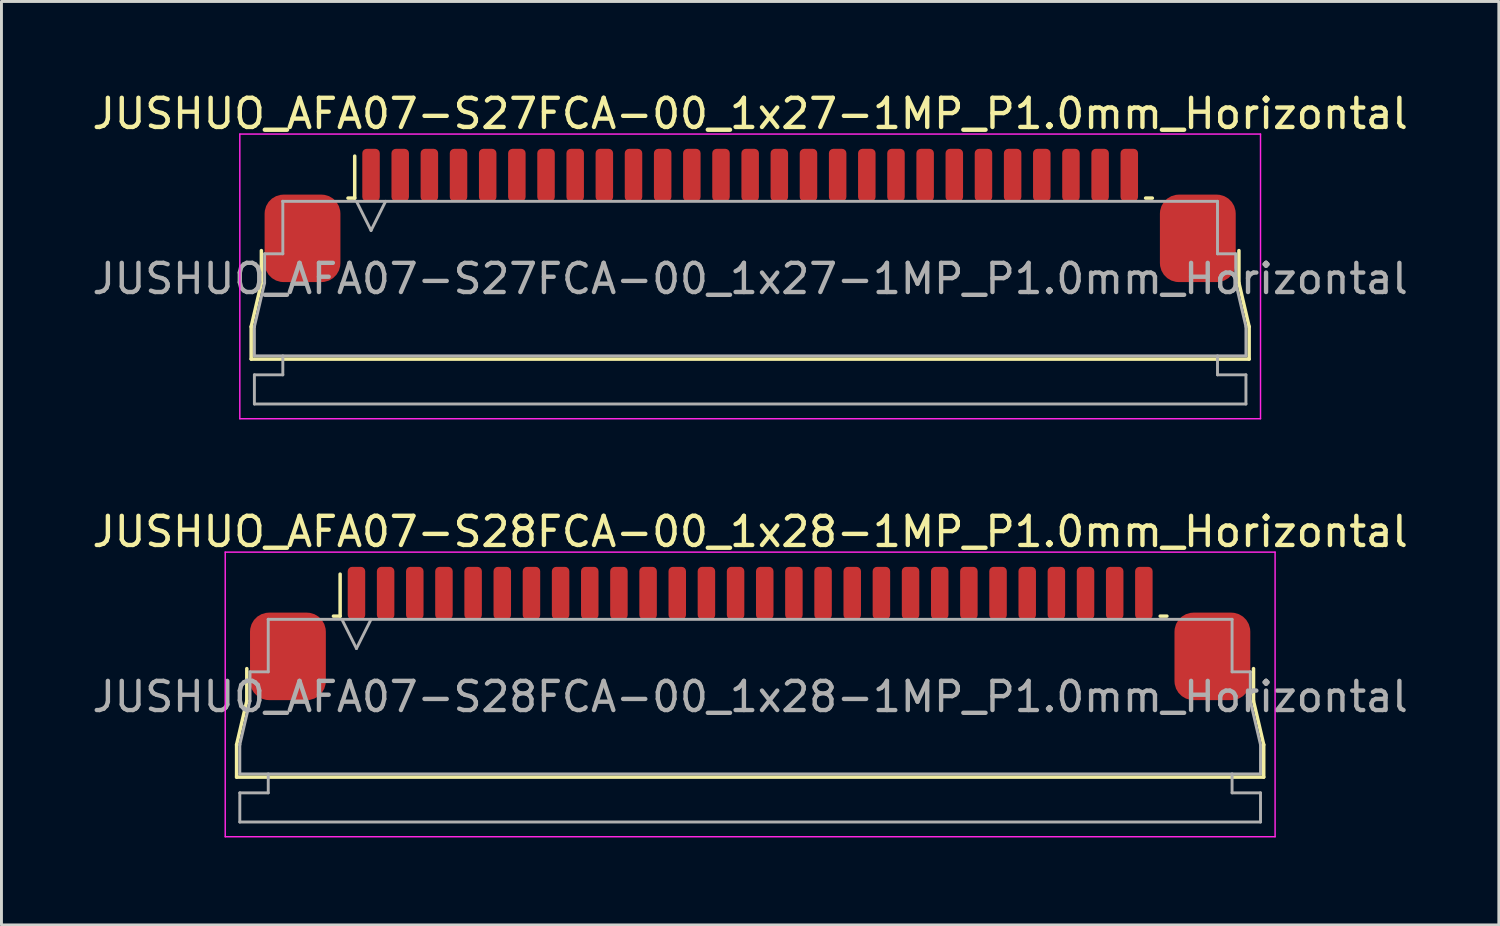
<source format=kicad_pcb>
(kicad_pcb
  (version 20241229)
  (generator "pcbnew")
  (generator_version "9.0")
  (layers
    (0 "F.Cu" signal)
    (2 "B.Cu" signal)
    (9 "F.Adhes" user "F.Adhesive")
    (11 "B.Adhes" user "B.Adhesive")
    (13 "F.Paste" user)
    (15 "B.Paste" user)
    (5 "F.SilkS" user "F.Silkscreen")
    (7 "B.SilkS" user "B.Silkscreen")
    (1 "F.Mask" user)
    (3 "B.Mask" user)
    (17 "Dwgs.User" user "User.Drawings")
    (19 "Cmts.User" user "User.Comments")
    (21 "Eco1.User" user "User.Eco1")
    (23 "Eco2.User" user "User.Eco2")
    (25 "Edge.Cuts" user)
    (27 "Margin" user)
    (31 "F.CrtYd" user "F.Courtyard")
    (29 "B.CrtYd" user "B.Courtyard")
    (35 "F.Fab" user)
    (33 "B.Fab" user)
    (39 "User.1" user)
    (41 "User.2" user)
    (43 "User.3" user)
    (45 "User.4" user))
  (footprint "JUSHUO_AFA07-S28FCA-00_1x28-1MP_P1.0mm_Horizontal"
    (layer "F.Cu")
    (at 22.673 20.662)
    (property "Reference" "JUSHUO_AFA07-S28FCA-00_1x28-1MP_P1.0mm_Horizontal" (at 0 -5.48 0) (layer "F.SilkS") (effects (font (size 1 1) (thickness 0.15))))
    (attr smd)
    (fp_line (start -17.61 1.825) (end -17.26 0.325) (stroke (width 0.12) (type solid)) (layer "F.SilkS"))
    (fp_line (start -17.61 2.935) (end -17.61 1.825) (stroke (width 0.12) (type solid)) (layer "F.SilkS"))
    (fp_line (start -17.26 0.325) (end -17.26 -0.785) (stroke (width 0.12) (type solid)) (layer "F.SilkS"))
    (fp_line (start -14.29 -2.585) (end -14.06 -2.585) (stroke (width 0.12) (type solid)) (layer "F.SilkS"))
    (fp_line (start -14.06 -2.585) (end -14.06 -4.025) (stroke (width 0.12) (type solid)) (layer "F.SilkS"))
    (fp_line (start 14.06 -2.585) (end 14.29 -2.585) (stroke (width 0.12) (type solid)) (layer "F.SilkS"))
    (fp_line (start 17.26 -0.785) (end 17.26 0.325) (stroke (width 0.12) (type solid)) (layer "F.SilkS"))
    (fp_line (start 17.26 0.325) (end 17.61 1.825) (stroke (width 0.12) (type solid)) (layer "F.SilkS"))
    (fp_line (start 17.61 1.825) (end 17.61 2.935) (stroke (width 0.12) (type solid)) (layer "F.SilkS"))
    (fp_line (start 17.61 2.935) (end -17.61 2.935) (stroke (width 0.12) (type solid)) (layer "F.SilkS"))
    (fp_line (start -18 -4.78) (end -18 4.98) (stroke (width 0.05) (type solid)) (layer "F.CrtYd"))
    (fp_line (start -18 4.98) (end 18 4.98) (stroke (width 0.05) (type solid)) (layer "F.CrtYd"))
    (fp_line (start 18 -4.78) (end -18 -4.78) (stroke (width 0.05) (type solid)) (layer "F.CrtYd"))
    (fp_line (start 18 4.98) (end 18 -4.78) (stroke (width 0.05) (type solid)) (layer "F.CrtYd"))
    (fp_line (start -17.5 1.825) (end -17.5 1.825) (stroke (width 0.1) (type solid)) (layer "F.Fab"))
    (fp_line (start -17.5 1.825) (end -17.15 0.325) (stroke (width 0.1) (type solid)) (layer "F.Fab"))
    (fp_line (start -17.5 2.825) (end -17.5 1.825) (stroke (width 0.1) (type solid)) (layer "F.Fab"))
    (fp_line (start -17.5 3.475) (end -16.525 3.475) (stroke (width 0.1) (type solid)) (layer "F.Fab"))
    (fp_line (start -17.5 4.475) (end -17.5 3.475) (stroke (width 0.1) (type solid)) (layer "F.Fab"))
    (fp_line (start -17.15 -0.675) (end -16.525 -0.675) (stroke (width 0.1) (type solid)) (layer "F.Fab"))
    (fp_line (start -17.15 0.325) (end -17.15 -0.675) (stroke (width 0.1) (type solid)) (layer "F.Fab"))
    (fp_line (start -16.525 -2.475) (end -16.525 -2.475) (stroke (width 0.1) (type solid)) (layer "F.Fab"))
    (fp_line (start -16.525 -2.475) (end 16.525 -2.475) (stroke (width 0.1) (type solid)) (layer "F.Fab"))
    (fp_line (start -16.525 -0.675) (end -16.525 -2.475) (stroke (width 0.1) (type solid)) (layer "F.Fab"))
    (fp_line (start -16.525 3.475) (end -16.525 2.825) (stroke (width 0.1) (type solid)) (layer "F.Fab"))
    (fp_line (start -14 -2.475) (end -13.5 -1.475) (stroke (width 0.1) (type solid)) (layer "F.Fab"))
    (fp_line (start -13.5 -1.475) (end -13 -2.475) (stroke (width 0.1) (type solid)) (layer "F.Fab"))
    (fp_line (start 16.525 -2.475) (end 16.525 -0.675) (stroke (width 0.1) (type solid)) (layer "F.Fab"))
    (fp_line (start 16.525 -0.675) (end 17.15 -0.675) (stroke (width 0.1) (type solid)) (layer "F.Fab"))
    (fp_line (start 16.525 2.825) (end 16.525 3.475) (stroke (width 0.1) (type solid)) (layer "F.Fab"))
    (fp_line (start 16.525 3.475) (end 17.5 3.475) (stroke (width 0.1) (type solid)) (layer "F.Fab"))
    (fp_line (start 17.15 -0.675) (end 17.15 0.325) (stroke (width 0.1) (type solid)) (layer "F.Fab"))
    (fp_line (start 17.15 0.325) (end 17.5 1.825) (stroke (width 0.1) (type solid)) (layer "F.Fab"))
    (fp_line (start 17.5 1.825) (end 17.5 2.825) (stroke (width 0.1) (type solid)) (layer "F.Fab"))
    (fp_line (start 17.5 2.825) (end -17.5 2.825) (stroke (width 0.1) (type solid)) (layer "F.Fab"))
    (fp_line (start 17.5 3.475) (end 17.5 4.475) (stroke (width 0.1) (type solid)) (layer "F.Fab"))
    (fp_line (start 17.5 4.475) (end -17.5 4.475) (stroke (width 0.1) (type solid)) (layer "F.Fab"))
    (fp_text user "${REFERENCE}" (at 0 0.18 0) (layer "F.Fab") (effects (font (size 1 1) (thickness 0.15))))
    (pad "1" smd roundrect (at -13.5 -3.375) (size 0.6 1.8) (layers "F.Cu" "F.Mask" "F.Paste") (roundrect_rratio 0.25))
    (pad "2" smd roundrect (at -12.5 -3.375) (size 0.6 1.8) (layers "F.Cu" "F.Mask" "F.Paste") (roundrect_rratio 0.25))
    (pad "3" smd roundrect (at -11.5 -3.375) (size 0.6 1.8) (layers "F.Cu" "F.Mask" "F.Paste") (roundrect_rratio 0.25))
    (pad "4" smd roundrect (at -10.5 -3.375) (size 0.6 1.8) (layers "F.Cu" "F.Mask" "F.Paste") (roundrect_rratio 0.25))
    (pad "5" smd roundrect (at -9.5 -3.375) (size 0.6 1.8) (layers "F.Cu" "F.Mask" "F.Paste") (roundrect_rratio 0.25))
    (pad "6" smd roundrect (at -8.5 -3.375) (size 0.6 1.8) (layers "F.Cu" "F.Mask" "F.Paste") (roundrect_rratio 0.25))
    (pad "7" smd roundrect (at -7.5 -3.375) (size 0.6 1.8) (layers "F.Cu" "F.Mask" "F.Paste") (roundrect_rratio 0.25))
    (pad "8" smd roundrect (at -6.5 -3.375) (size 0.6 1.8) (layers "F.Cu" "F.Mask" "F.Paste") (roundrect_rratio 0.25))
    (pad "9" smd roundrect (at -5.5 -3.375) (size 0.6 1.8) (layers "F.Cu" "F.Mask" "F.Paste") (roundrect_rratio 0.25))
    (pad "10" smd roundrect (at -4.5 -3.375) (size 0.6 1.8) (layers "F.Cu" "F.Mask" "F.Paste") (roundrect_rratio 0.25))
    (pad "11" smd roundrect (at -3.5 -3.375) (size 0.6 1.8) (layers "F.Cu" "F.Mask" "F.Paste") (roundrect_rratio 0.25))
    (pad "12" smd roundrect (at -2.5 -3.375) (size 0.6 1.8) (layers "F.Cu" "F.Mask" "F.Paste") (roundrect_rratio 0.25))
    (pad "13" smd roundrect (at -1.5 -3.375) (size 0.6 1.8) (layers "F.Cu" "F.Mask" "F.Paste") (roundrect_rratio 0.25))
    (pad "14" smd roundrect (at -0.5 -3.375) (size 0.6 1.8) (layers "F.Cu" "F.Mask" "F.Paste") (roundrect_rratio 0.25))
    (pad "15" smd roundrect (at 0.5 -3.375) (size 0.6 1.8) (layers "F.Cu" "F.Mask" "F.Paste") (roundrect_rratio 0.25))
    (pad "16" smd roundrect (at 1.5 -3.375) (size 0.6 1.8) (layers "F.Cu" "F.Mask" "F.Paste") (roundrect_rratio 0.25))
    (pad "17" smd roundrect (at 2.5 -3.375) (size 0.6 1.8) (layers "F.Cu" "F.Mask" "F.Paste") (roundrect_rratio 0.25))
    (pad "18" smd roundrect (at 3.5 -3.375) (size 0.6 1.8) (layers "F.Cu" "F.Mask" "F.Paste") (roundrect_rratio 0.25))
    (pad "19" smd roundrect (at 4.5 -3.375) (size 0.6 1.8) (layers "F.Cu" "F.Mask" "F.Paste") (roundrect_rratio 0.25))
    (pad "20" smd roundrect (at 5.5 -3.375) (size 0.6 1.8) (layers "F.Cu" "F.Mask" "F.Paste") (roundrect_rratio 0.25))
    (pad "21" smd roundrect (at 6.5 -3.375) (size 0.6 1.8) (layers "F.Cu" "F.Mask" "F.Paste") (roundrect_rratio 0.25))
    (pad "22" smd roundrect (at 7.5 -3.375) (size 0.6 1.8) (layers "F.Cu" "F.Mask" "F.Paste") (roundrect_rratio 0.25))
    (pad "23" smd roundrect (at 8.5 -3.375) (size 0.6 1.8) (layers "F.Cu" "F.Mask" "F.Paste") (roundrect_rratio 0.25))
    (pad "24" smd roundrect (at 9.5 -3.375) (size 0.6 1.8) (layers "F.Cu" "F.Mask" "F.Paste") (roundrect_rratio 0.25))
    (pad "25" smd roundrect (at 10.5 -3.375) (size 0.6 1.8) (layers "F.Cu" "F.Mask" "F.Paste") (roundrect_rratio 0.25))
    (pad "26" smd roundrect (at 11.5 -3.375) (size 0.6 1.8) (layers "F.Cu" "F.Mask" "F.Paste") (roundrect_rratio 0.25))
    (pad "27" smd roundrect (at 12.5 -3.375) (size 0.6 1.8) (layers "F.Cu" "F.Mask" "F.Paste") (roundrect_rratio 0.25))
    (pad "28" smd roundrect (at 13.5 -3.375) (size 0.6 1.8) (layers "F.Cu" "F.Mask" "F.Paste") (roundrect_rratio 0.25))
    (pad "MP" smd roundrect (at -15.85 -1.205) (size 2.6 3) (layers "F.Cu" "F.Mask" "F.Paste") (roundrect_rratio 0.25))
    (pad "MP" smd roundrect (at 15.85 -1.205) (size 2.6 3) (layers "F.Cu" "F.Mask" "F.Paste") (roundrect_rratio 0.25)))
  (footprint "JUSHUO_AFA07-S27FCA-00_1x27-1MP_P1.0mm_Horizontal"
    (layer "F.Cu")
    (at 22.673 6.328)
    (property "Reference" "JUSHUO_AFA07-S27FCA-00_1x27-1MP_P1.0mm_Horizontal" (at 0 -5.48 0) (layer "F.SilkS") (effects (font (size 1 1) (thickness 0.15))))
    (attr smd)
    (fp_line (start -17.11 1.825) (end -16.76 0.325) (stroke (width 0.12) (type solid)) (layer "F.SilkS"))
    (fp_line (start -17.11 2.935) (end -17.11 1.825) (stroke (width 0.12) (type solid)) (layer "F.SilkS"))
    (fp_line (start -16.76 0.325) (end -16.76 -0.785) (stroke (width 0.12) (type solid)) (layer "F.SilkS"))
    (fp_line (start -13.79 -2.585) (end -13.56 -2.585) (stroke (width 0.12) (type solid)) (layer "F.SilkS"))
    (fp_line (start -13.56 -2.585) (end -13.56 -4.025) (stroke (width 0.12) (type solid)) (layer "F.SilkS"))
    (fp_line (start 13.56 -2.585) (end 13.79 -2.585) (stroke (width 0.12) (type solid)) (layer "F.SilkS"))
    (fp_line (start 16.76 -0.785) (end 16.76 0.325) (stroke (width 0.12) (type solid)) (layer "F.SilkS"))
    (fp_line (start 16.76 0.325) (end 17.11 1.825) (stroke (width 0.12) (type solid)) (layer "F.SilkS"))
    (fp_line (start 17.11 1.825) (end 17.11 2.935) (stroke (width 0.12) (type solid)) (layer "F.SilkS"))
    (fp_line (start 17.11 2.935) (end -17.11 2.935) (stroke (width 0.12) (type solid)) (layer "F.SilkS"))
    (fp_line (start -17.5 -4.78) (end -17.5 4.98) (stroke (width 0.05) (type solid)) (layer "F.CrtYd"))
    (fp_line (start -17.5 4.98) (end 17.5 4.98) (stroke (width 0.05) (type solid)) (layer "F.CrtYd"))
    (fp_line (start 17.5 -4.78) (end -17.5 -4.78) (stroke (width 0.05) (type solid)) (layer "F.CrtYd"))
    (fp_line (start 17.5 4.98) (end 17.5 -4.78) (stroke (width 0.05) (type solid)) (layer "F.CrtYd"))
    (fp_line (start -17 1.825) (end -17 1.825) (stroke (width 0.1) (type solid)) (layer "F.Fab"))
    (fp_line (start -17 1.825) (end -16.65 0.325) (stroke (width 0.1) (type solid)) (layer "F.Fab"))
    (fp_line (start -17 2.825) (end -17 1.825) (stroke (width 0.1) (type solid)) (layer "F.Fab"))
    (fp_line (start -17 3.475) (end -16.025 3.475) (stroke (width 0.1) (type solid)) (layer "F.Fab"))
    (fp_line (start -17 4.475) (end -17 3.475) (stroke (width 0.1) (type solid)) (layer "F.Fab"))
    (fp_line (start -16.65 -0.675) (end -16.025 -0.675) (stroke (width 0.1) (type solid)) (layer "F.Fab"))
    (fp_line (start -16.65 0.325) (end -16.65 -0.675) (stroke (width 0.1) (type solid)) (layer "F.Fab"))
    (fp_line (start -16.025 -2.475) (end -16.025 -2.475) (stroke (width 0.1) (type solid)) (layer "F.Fab"))
    (fp_line (start -16.025 -2.475) (end 16.025 -2.475) (stroke (width 0.1) (type solid)) (layer "F.Fab"))
    (fp_line (start -16.025 -0.675) (end -16.025 -2.475) (stroke (width 0.1) (type solid)) (layer "F.Fab"))
    (fp_line (start -16.025 3.475) (end -16.025 2.825) (stroke (width 0.1) (type solid)) (layer "F.Fab"))
    (fp_line (start -13.5 -2.475) (end -13 -1.475) (stroke (width 0.1) (type solid)) (layer "F.Fab"))
    (fp_line (start -13 -1.475) (end -12.5 -2.475) (stroke (width 0.1) (type solid)) (layer "F.Fab"))
    (fp_line (start 16.025 -2.475) (end 16.025 -0.675) (stroke (width 0.1) (type solid)) (layer "F.Fab"))
    (fp_line (start 16.025 -0.675) (end 16.65 -0.675) (stroke (width 0.1) (type solid)) (layer "F.Fab"))
    (fp_line (start 16.025 2.825) (end 16.025 3.475) (stroke (width 0.1) (type solid)) (layer "F.Fab"))
    (fp_line (start 16.025 3.475) (end 17 3.475) (stroke (width 0.1) (type solid)) (layer "F.Fab"))
    (fp_line (start 16.65 -0.675) (end 16.65 0.325) (stroke (width 0.1) (type solid)) (layer "F.Fab"))
    (fp_line (start 16.65 0.325) (end 17 1.825) (stroke (width 0.1) (type solid)) (layer "F.Fab"))
    (fp_line (start 17 1.825) (end 17 2.825) (stroke (width 0.1) (type solid)) (layer "F.Fab"))
    (fp_line (start 17 2.825) (end -17 2.825) (stroke (width 0.1) (type solid)) (layer "F.Fab"))
    (fp_line (start 17 3.475) (end 17 4.475) (stroke (width 0.1) (type solid)) (layer "F.Fab"))
    (fp_line (start 17 4.475) (end -17 4.475) (stroke (width 0.1) (type solid)) (layer "F.Fab"))
    (fp_text user "${REFERENCE}" (at 0 0.18 0) (layer "F.Fab") (effects (font (size 1 1) (thickness 0.15))))
    (pad "1" smd roundrect (at -13 -3.375) (size 0.6 1.8) (layers "F.Cu" "F.Mask" "F.Paste") (roundrect_rratio 0.25))
    (pad "2" smd roundrect (at -12 -3.375) (size 0.6 1.8) (layers "F.Cu" "F.Mask" "F.Paste") (roundrect_rratio 0.25))
    (pad "3" smd roundrect (at -11 -3.375) (size 0.6 1.8) (layers "F.Cu" "F.Mask" "F.Paste") (roundrect_rratio 0.25))
    (pad "4" smd roundrect (at -10 -3.375) (size 0.6 1.8) (layers "F.Cu" "F.Mask" "F.Paste") (roundrect_rratio 0.25))
    (pad "5" smd roundrect (at -9 -3.375) (size 0.6 1.8) (layers "F.Cu" "F.Mask" "F.Paste") (roundrect_rratio 0.25))
    (pad "6" smd roundrect (at -8 -3.375) (size 0.6 1.8) (layers "F.Cu" "F.Mask" "F.Paste") (roundrect_rratio 0.25))
    (pad "7" smd roundrect (at -7 -3.375) (size 0.6 1.8) (layers "F.Cu" "F.Mask" "F.Paste") (roundrect_rratio 0.25))
    (pad "8" smd roundrect (at -6 -3.375) (size 0.6 1.8) (layers "F.Cu" "F.Mask" "F.Paste") (roundrect_rratio 0.25))
    (pad "9" smd roundrect (at -5 -3.375) (size 0.6 1.8) (layers "F.Cu" "F.Mask" "F.Paste") (roundrect_rratio 0.25))
    (pad "10" smd roundrect (at -4 -3.375) (size 0.6 1.8) (layers "F.Cu" "F.Mask" "F.Paste") (roundrect_rratio 0.25))
    (pad "11" smd roundrect (at -3 -3.375) (size 0.6 1.8) (layers "F.Cu" "F.Mask" "F.Paste") (roundrect_rratio 0.25))
    (pad "12" smd roundrect (at -2 -3.375) (size 0.6 1.8) (layers "F.Cu" "F.Mask" "F.Paste") (roundrect_rratio 0.25))
    (pad "13" smd roundrect (at -1 -3.375) (size 0.6 1.8) (layers "F.Cu" "F.Mask" "F.Paste") (roundrect_rratio 0.25))
    (pad "14" smd roundrect (at 0 -3.375) (size 0.6 1.8) (layers "F.Cu" "F.Mask" "F.Paste") (roundrect_rratio 0.25))
    (pad "15" smd roundrect (at 1 -3.375) (size 0.6 1.8) (layers "F.Cu" "F.Mask" "F.Paste") (roundrect_rratio 0.25))
    (pad "16" smd roundrect (at 2 -3.375) (size 0.6 1.8) (layers "F.Cu" "F.Mask" "F.Paste") (roundrect_rratio 0.25))
    (pad "17" smd roundrect (at 3 -3.375) (size 0.6 1.8) (layers "F.Cu" "F.Mask" "F.Paste") (roundrect_rratio 0.25))
    (pad "18" smd roundrect (at 4 -3.375) (size 0.6 1.8) (layers "F.Cu" "F.Mask" "F.Paste") (roundrect_rratio 0.25))
    (pad "19" smd roundrect (at 5 -3.375) (size 0.6 1.8) (layers "F.Cu" "F.Mask" "F.Paste") (roundrect_rratio 0.25))
    (pad "20" smd roundrect (at 6 -3.375) (size 0.6 1.8) (layers "F.Cu" "F.Mask" "F.Paste") (roundrect_rratio 0.25))
    (pad "21" smd roundrect (at 7 -3.375) (size 0.6 1.8) (layers "F.Cu" "F.Mask" "F.Paste") (roundrect_rratio 0.25))
    (pad "22" smd roundrect (at 8 -3.375) (size 0.6 1.8) (layers "F.Cu" "F.Mask" "F.Paste") (roundrect_rratio 0.25))
    (pad "23" smd roundrect (at 9 -3.375) (size 0.6 1.8) (layers "F.Cu" "F.Mask" "F.Paste") (roundrect_rratio 0.25))
    (pad "24" smd roundrect (at 10 -3.375) (size 0.6 1.8) (layers "F.Cu" "F.Mask" "F.Paste") (roundrect_rratio 0.25))
    (pad "25" smd roundrect (at 11 -3.375) (size 0.6 1.8) (layers "F.Cu" "F.Mask" "F.Paste") (roundrect_rratio 0.25))
    (pad "26" smd roundrect (at 12 -3.375) (size 0.6 1.8) (layers "F.Cu" "F.Mask" "F.Paste") (roundrect_rratio 0.25))
    (pad "27" smd roundrect (at 13 -3.375) (size 0.6 1.8) (layers "F.Cu" "F.Mask" "F.Paste") (roundrect_rratio 0.25))
    (pad "MP" smd roundrect (at -15.35 -1.205) (size 2.6 3) (layers "F.Cu" "F.Mask" "F.Paste") (roundrect_rratio 0.25))
    (pad "MP" smd roundrect (at 15.35 -1.205) (size 2.6 3) (layers "F.Cu" "F.Mask" "F.Paste") (roundrect_rratio 0.25)))
  (gr_rect
    (start -3 -3)
    (end 48.345 28.666)
    (stroke (width 0.1) (type default))
    (fill no)
    (layer "Edge.Cuts")))
</source>
